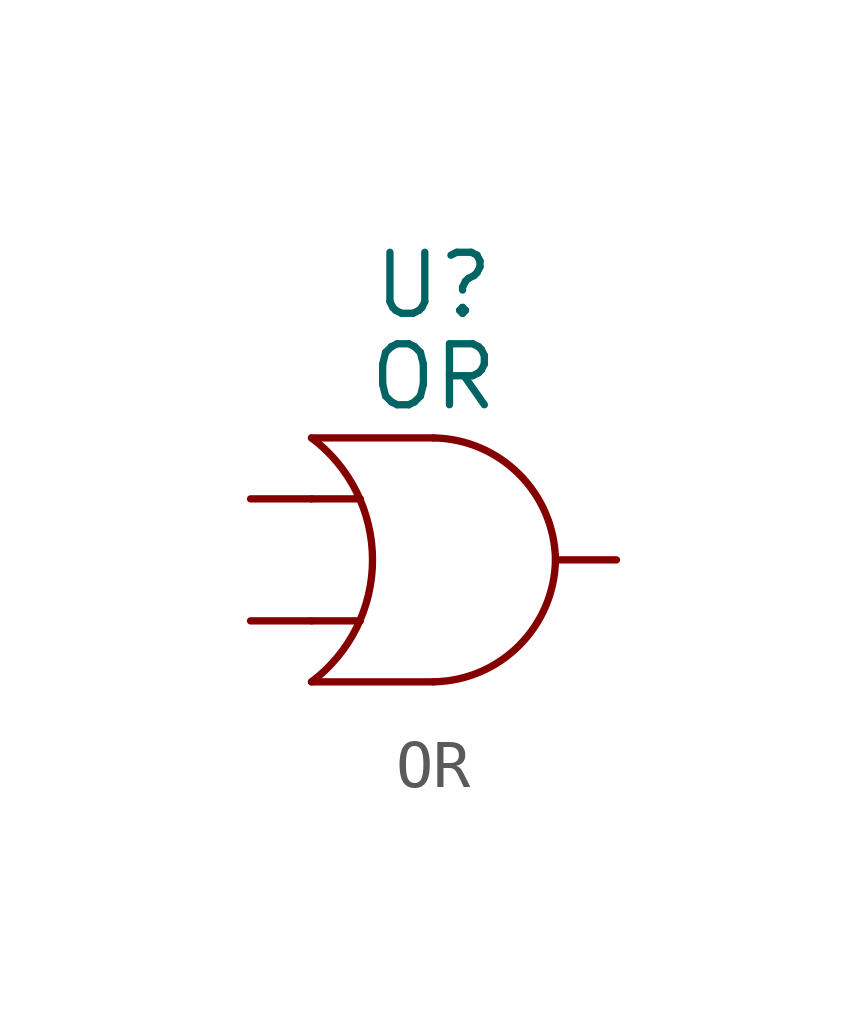
<source format=kicad_sym>
(kicad_symbol_lib
  (version 20231120)
  (generator "kicad_symbol_editor")
  (generator_version "8.0")
  (symbol "OR"
    (pin_numbers hide)
    (pin_names
      (offset 0) hide)
    (property "Reference" "U"
      (at 0 5.715 0)
      (effects (font (size 1.27 1.27))))
    (property "Value" "OR"
      (at 0 3.81 0)
      (effects (font (size 1.27 1.27))))
    (property "Footprint" ""
      (at 0 0 0)
      (effects (font (size 1.524 1.524))))
    (property "Datasheet" ""
      (at 0 0 0)
      (effects (font (size 1.524 1.524))))
    (symbol "OR_0_0"
      (arc (start -2.54 -2.54) (mid -1.27 0) (end -2.54 2.54) (stroke (width 0) (type default)) (fill (type none)))
      (arc (start 0 -2.54) (mid 1.7834 -1.7834) (end 2.54 0) (stroke (width 0) (type default)) (fill (type none)))
      (polyline (pts (xy -2.54 -2.54) (xy 0 -2.54)) (stroke (width 0) (type default)) (fill (type background)))
      (polyline (pts (xy -2.54 -1.27) (xy -1.524 -1.27)) (stroke (width 0) (type default)) (fill (type none)))
      (polyline (pts (xy -2.54 1.27) (xy -1.524 1.27)) (stroke (width 0) (type default)) (fill (type none)))
      (polyline (pts (xy 0 2.54) (xy -2.54 2.54)) (stroke (width 0) (type default)) (fill (type background)))
      (arc (start 2.54 0) (mid 1.7834 1.7834) (end 0 2.54) (stroke (width 0) (type default)) (fill (type none))))
    (symbol "OR_1_1"
      (pin input line (at -3.81 -1.27 0) (length 1.27) (name "~" (effects (font (size 1.27 1.27)))) (number "~" (effects (font (size 1.27 1.27)))))
      (pin input line (at -3.81 1.27 0) (length 1.27) (name "~" (effects (font (size 1.27 1.27)))) (number "~" (effects (font (size 1.27 1.27)))))
      (pin input line (at 3.81 0 180) (length 1.27) (name "~" (effects (font (size 1.27 1.27)))) (number "~" (effects (font (size 1.27 1.27))))))))
</source>
